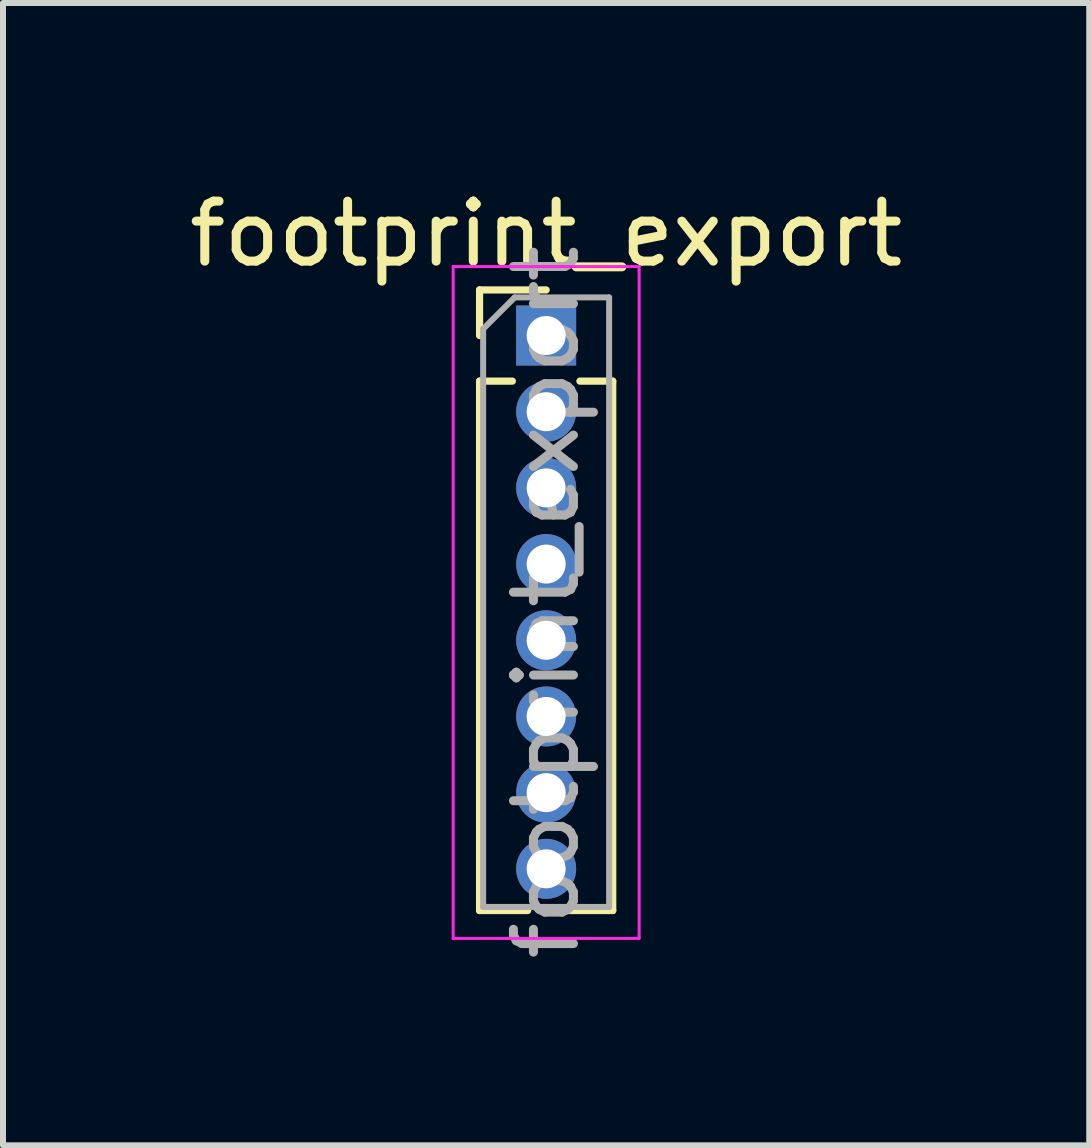
<source format=kicad_pcb>
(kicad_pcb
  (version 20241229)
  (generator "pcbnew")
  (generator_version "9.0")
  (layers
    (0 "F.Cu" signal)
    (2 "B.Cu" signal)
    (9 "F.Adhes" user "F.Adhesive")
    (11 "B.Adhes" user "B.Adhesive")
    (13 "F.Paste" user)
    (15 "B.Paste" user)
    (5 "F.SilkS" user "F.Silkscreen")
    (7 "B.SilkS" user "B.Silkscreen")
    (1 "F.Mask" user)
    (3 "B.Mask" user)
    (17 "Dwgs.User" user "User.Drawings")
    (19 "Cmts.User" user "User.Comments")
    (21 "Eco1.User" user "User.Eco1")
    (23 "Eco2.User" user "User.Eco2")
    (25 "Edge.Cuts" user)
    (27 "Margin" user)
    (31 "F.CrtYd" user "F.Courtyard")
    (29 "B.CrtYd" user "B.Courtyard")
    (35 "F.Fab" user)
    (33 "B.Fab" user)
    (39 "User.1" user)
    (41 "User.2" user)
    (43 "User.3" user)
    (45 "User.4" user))
  (footprint "footprint_export"
    (layer "F.Cu")
    (at 6.054 2.543)
    (property "Reference" "footprint_export" (at 0 -1.695 0) (layer "F.SilkS") (effects (font (size 1 1) (thickness 0.15))))
    (attr through_hole)
    (fp_line (start -1.11 -0.76) (end 0 -0.76) (stroke (width 0.12) (type solid)) (layer "F.SilkS"))
    (fp_line (start -1.11 0) (end -1.11 -0.76) (stroke (width 0.12) (type solid)) (layer "F.SilkS"))
    (fp_line (start -1.11 0.76) (end -1.11 9.585) (stroke (width 0.12) (type solid)) (layer "F.SilkS"))
    (fp_line (start -1.11 0.76) (end -0.563 0.76) (stroke (width 0.12) (type solid)) (layer "F.SilkS"))
    (fp_line (start -1.11 9.585) (end -0.308 9.585) (stroke (width 0.12) (type solid)) (layer "F.SilkS"))
    (fp_line (start 0.308 9.585) (end 1.11 9.585) (stroke (width 0.12) (type solid)) (layer "F.SilkS"))
    (fp_line (start 0.563 0.76) (end 1.11 0.76) (stroke (width 0.12) (type solid)) (layer "F.SilkS"))
    (fp_line (start 1.11 0.76) (end 1.11 9.585) (stroke (width 0.12) (type solid)) (layer "F.SilkS"))
    (fp_line (start -1.55 -1.15) (end -1.55 10.05) (stroke (width 0.05) (type solid)) (layer "F.CrtYd"))
    (fp_line (start -1.55 10.05) (end 1.55 10.05) (stroke (width 0.05) (type solid)) (layer "F.CrtYd"))
    (fp_line (start 1.55 -1.15) (end -1.55 -1.15) (stroke (width 0.05) (type solid)) (layer "F.CrtYd"))
    (fp_line (start 1.55 10.05) (end 1.55 -1.15) (stroke (width 0.05) (type solid)) (layer "F.CrtYd"))
    (fp_line (start -1.05 -0.11) (end -0.525 -0.635) (stroke (width 0.1) (type solid)) (layer "F.Fab"))
    (fp_line (start -1.05 9.525) (end -1.05 -0.11) (stroke (width 0.1) (type solid)) (layer "F.Fab"))
    (fp_line (start -0.525 -0.635) (end 1.05 -0.635) (stroke (width 0.1) (type solid)) (layer "F.Fab"))
    (fp_line (start 1.05 -0.635) (end 1.05 9.525) (stroke (width 0.1) (type solid)) (layer "F.Fab"))
    (fp_line (start 1.05 9.525) (end -1.05 9.525) (stroke (width 0.1) (type solid)) (layer "F.Fab"))
    (fp_text user "${REFERENCE}" (at 0 4.445 90) (layer "F.Fab") (effects (font (size 1 1) (thickness 0.15))))
    (pad "1" thru_hole rect (at 0 0) (size 1 1) (drill 0.65) (layers "*.Cu" "*.Mask"))
    (pad "2" thru_hole oval (at 0 1.27) (size 1 1) (drill 0.65) (layers "*.Cu" "*.Mask"))
    (pad "3" thru_hole oval (at 0 2.54) (size 1 1) (drill 0.65) (layers "*.Cu" "*.Mask"))
    (pad "4" thru_hole oval (at 0 3.81) (size 1 1) (drill 0.65) (layers "*.Cu" "*.Mask"))
    (pad "5" thru_hole oval (at 0 5.08) (size 1 1) (drill 0.65) (layers "*.Cu" "*.Mask"))
    (pad "6" thru_hole oval (at 0 6.35) (size 1 1) (drill 0.65) (layers "*.Cu" "*.Mask"))
    (pad "7" thru_hole oval (at 0 7.62) (size 1 1) (drill 0.65) (layers "*.Cu" "*.Mask"))
    (pad "8" thru_hole oval (at 0 8.89) (size 1 1) (drill 0.65) (layers "*.Cu" "*.Mask")))
  (gr_rect
    (start -3 -3)
    (end 15.107 16.042)
    (stroke (width 0.1) (type default))
    (fill no)
    (layer "Edge.Cuts")))
</source>
